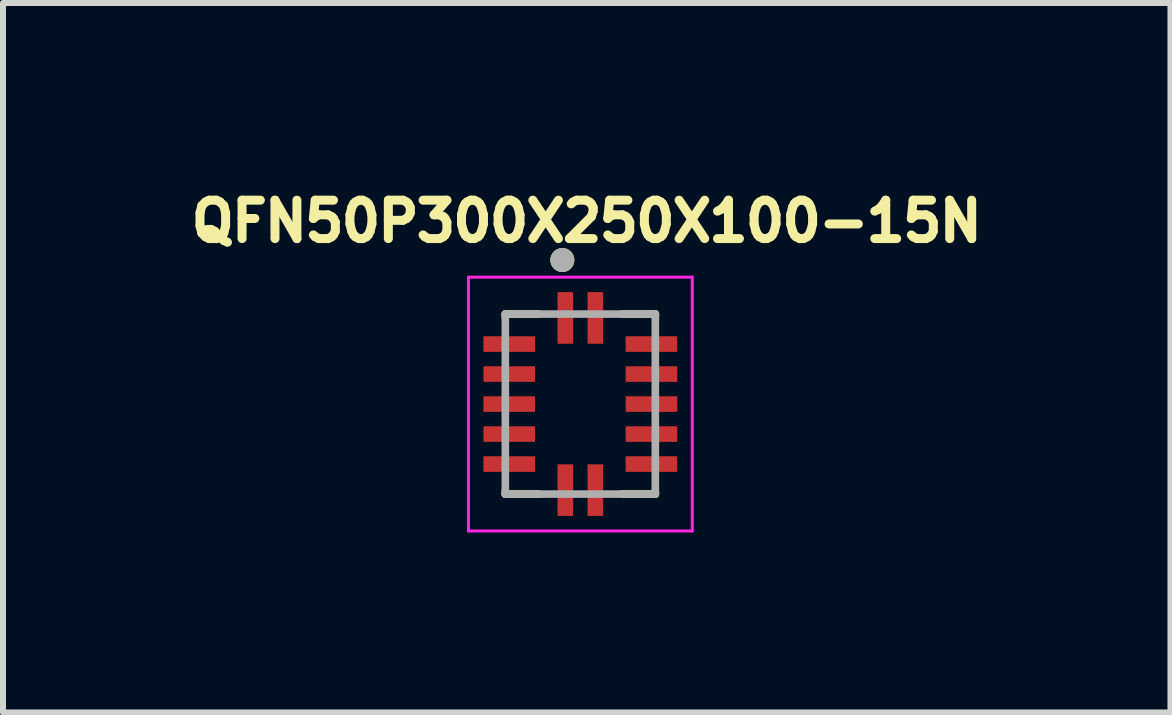
<source format=kicad_pcb>
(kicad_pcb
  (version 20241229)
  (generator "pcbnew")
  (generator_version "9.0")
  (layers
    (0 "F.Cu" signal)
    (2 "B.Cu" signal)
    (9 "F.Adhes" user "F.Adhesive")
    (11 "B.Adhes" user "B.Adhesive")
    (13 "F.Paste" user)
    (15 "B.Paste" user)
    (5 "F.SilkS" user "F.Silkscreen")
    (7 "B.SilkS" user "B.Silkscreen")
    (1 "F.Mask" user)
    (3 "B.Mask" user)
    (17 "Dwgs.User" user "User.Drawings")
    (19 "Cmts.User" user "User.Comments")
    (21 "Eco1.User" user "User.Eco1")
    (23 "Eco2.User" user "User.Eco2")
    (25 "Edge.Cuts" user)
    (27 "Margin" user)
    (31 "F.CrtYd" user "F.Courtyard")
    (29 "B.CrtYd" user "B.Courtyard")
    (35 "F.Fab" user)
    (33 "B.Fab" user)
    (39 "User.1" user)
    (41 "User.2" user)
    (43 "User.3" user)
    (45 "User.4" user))
  (footprint "QFN50P300X250X100-15N"
    (layer "F.Cu")
    (at 6.622 3.684)
    (property "Reference" "QFN50P300X250X100-15N" (at 0.107 -3.046 0) (layer "F.SilkS") (effects (font (size 0.64 0.64) (thickness 0.15))))
    (attr smd)
    (fp_line (start -1.25 -1.5) (end -1.25 -1.45) (stroke (width 0.127) (type solid)) (layer "F.SilkS"))
    (fp_line (start -1.25 -1.5) (end -0.7 -1.5) (stroke (width 0.127) (type solid)) (layer "F.SilkS"))
    (fp_line (start -1.25 1.5) (end -1.25 1.45) (stroke (width 0.127) (type solid)) (layer "F.SilkS"))
    (fp_line (start -1.25 1.5) (end -0.7 1.5) (stroke (width 0.127) (type solid)) (layer "F.SilkS"))
    (fp_line (start 1.25 -1.5) (end 0.7 -1.5) (stroke (width 0.127) (type solid)) (layer "F.SilkS"))
    (fp_line (start 1.25 -1.5) (end 1.25 -1.45) (stroke (width 0.127) (type solid)) (layer "F.SilkS"))
    (fp_line (start 1.25 1.5) (end 0.7 1.5) (stroke (width 0.127) (type solid)) (layer "F.SilkS"))
    (fp_line (start 1.25 1.5) (end 1.25 1.45) (stroke (width 0.127) (type solid)) (layer "F.SilkS"))
    (fp_circle (center -0.3 -2.4) (end -0.2 -2.4) (stroke (width 0.2) (type solid)) (fill no) (layer "F.SilkS"))
    (fp_line (start -1.865 -2.115) (end 1.865 -2.115) (stroke (width 0.05) (type solid)) (layer "F.CrtYd"))
    (fp_line (start -1.865 2.115) (end -1.865 -2.115) (stroke (width 0.05) (type solid)) (layer "F.CrtYd"))
    (fp_line (start -1.865 2.115) (end 1.865 2.115) (stroke (width 0.05) (type solid)) (layer "F.CrtYd"))
    (fp_line (start 1.865 2.115) (end 1.865 -2.115) (stroke (width 0.05) (type solid)) (layer "F.CrtYd"))
    (fp_line (start -1.25 1.5) (end -1.25 -1.5) (stroke (width 0.127) (type solid)) (layer "F.Fab"))
    (fp_line (start 1.25 -1.5) (end -1.25 -1.5) (stroke (width 0.127) (type solid)) (layer "F.Fab"))
    (fp_line (start 1.25 1.5) (end -1.25 1.5) (stroke (width 0.127) (type solid)) (layer "F.Fab"))
    (fp_line (start 1.25 1.5) (end 1.25 -1.5) (stroke (width 0.127) (type solid)) (layer "F.Fab"))
    (fp_circle (center -0.3 -2.4) (end -0.2 -2.4) (stroke (width 0.2) (type solid)) (fill no) (layer "F.Fab"))
    (pad "1" smd roundrect (at -0.25 -1.435 90) (size 0.86 0.26) (layers "F.Cu" "F.Mask" "F.Paste") (roundrect_rratio 0.03))
    (pad "2" smd roundrect (at -1.185 -1) (size 0.86 0.26) (layers "F.Cu" "F.Mask" "F.Paste") (roundrect_rratio 0.03))
    (pad "3" smd roundrect (at -1.185 -0.5) (size 0.86 0.26) (layers "F.Cu" "F.Mask" "F.Paste") (roundrect_rratio 0.03))
    (pad "4" smd roundrect (at -1.185 0) (size 0.86 0.26) (layers "F.Cu" "F.Mask" "F.Paste") (roundrect_rratio 0.03))
    (pad "5" smd roundrect (at -1.185 0.5) (size 0.86 0.26) (layers "F.Cu" "F.Mask" "F.Paste") (roundrect_rratio 0.03))
    (pad "6" smd roundrect (at -1.185 1) (size 0.86 0.26) (layers "F.Cu" "F.Mask" "F.Paste") (roundrect_rratio 0.03))
    (pad "7" smd roundrect (at -0.25 1.435 90) (size 0.86 0.26) (layers "F.Cu" "F.Mask" "F.Paste") (roundrect_rratio 0.03))
    (pad "8" smd roundrect (at 0.25 1.435 90) (size 0.86 0.26) (layers "F.Cu" "F.Mask" "F.Paste") (roundrect_rratio 0.03))
    (pad "9" smd roundrect (at 1.185 1) (size 0.86 0.26) (layers "F.Cu" "F.Mask" "F.Paste") (roundrect_rratio 0.03))
    (pad "10" smd roundrect (at 1.185 0.5) (size 0.86 0.26) (layers "F.Cu" "F.Mask" "F.Paste") (roundrect_rratio 0.03))
    (pad "11" smd roundrect (at 1.185 0) (size 0.86 0.26) (layers "F.Cu" "F.Mask" "F.Paste") (roundrect_rratio 0.03))
    (pad "12" smd roundrect (at 1.185 -0.5) (size 0.86 0.26) (layers "F.Cu" "F.Mask" "F.Paste") (roundrect_rratio 0.03))
    (pad "13" smd roundrect (at 1.185 -1) (size 0.86 0.26) (layers "F.Cu" "F.Mask" "F.Paste") (roundrect_rratio 0.03))
    (pad "14" smd roundrect (at 0.25 -1.435 90) (size 0.86 0.26) (layers "F.Cu" "F.Mask" "F.Paste") (roundrect_rratio 0.03)))
  (gr_rect
    (start -3 -3)
    (end 16.457 8.824)
    (stroke (width 0.1) (type default))
    (fill no)
    (layer "Edge.Cuts")))
</source>
